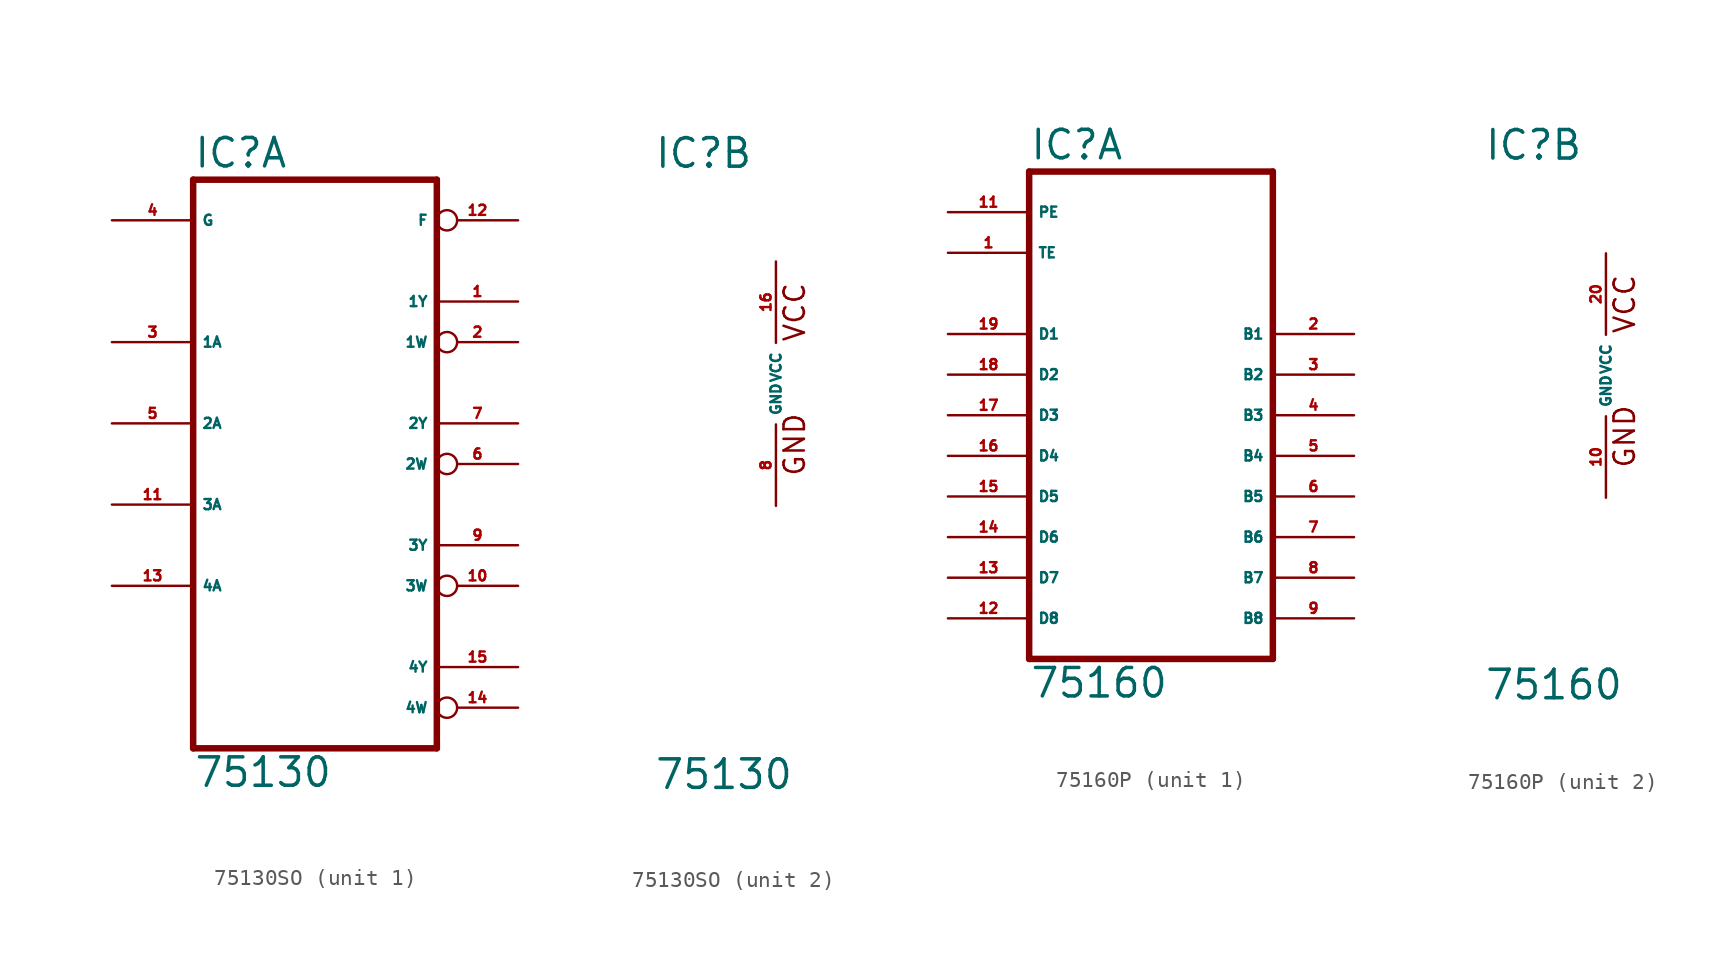
<source format=kicad_sym>
(kicad_symbol_lib
  (version 20220914)
  (generator Eagle2Kicad)
  (symbol "75130SO"
    (property "Reference" "IC"
      (at -7.62 13.335 0)
      (effects (font (size 1.778 1.778) (thickness 0.22)) (justify left bottom)))
    (property "Value" "75130"
      (at -7.62 -25.4 0)
      (effects (font (size 1.778 1.778) (thickness 0.22)) (justify left bottom)))
    (symbol "75130SO_1_0"
      (polyline (pts (xy -7.62 -22.86) (xy 7.62 -22.86)) (stroke (width 0.406) (type default)) (fill (type none)))
      (polyline (pts (xy 7.62 12.7) (xy 7.62 -22.86)) (stroke (width 0.406) (type default)) (fill (type none)))
      (polyline (pts (xy 7.62 12.7) (xy -7.62 12.7)) (stroke (width 0.406) (type default)) (fill (type none)))
      (polyline (pts (xy -7.62 -22.86) (xy -7.62 12.7)) (stroke (width 0.406) (type default)) (fill (type none)))
      (pin input line (at -12.7 10.16 0) (length 5.08) (name "G" (effects (font (size 0.635 0.635) (thickness 0.08)) (justify left bottom))) (number "4" (effects (font (size 0.635 0.635) (thickness 0.08)) (justify left bottom))))
      (pin input line (at -12.7 2.54 0) (length 5.08) (name "1A" (effects (font (size 0.635 0.635) (thickness 0.08)) (justify left bottom))) (number "3" (effects (font (size 0.635 0.635) (thickness 0.08)) (justify left bottom))))
      (pin input line (at -12.7 -2.54 0) (length 5.08) (name "2A" (effects (font (size 0.635 0.635) (thickness 0.08)) (justify left bottom))) (number "5" (effects (font (size 0.635 0.635) (thickness 0.08)) (justify left bottom))))
      (pin input line (at -12.7 -7.62 0) (length 5.08) (name "3A" (effects (font (size 0.635 0.635) (thickness 0.08)) (justify left bottom))) (number "11" (effects (font (size 0.635 0.635) (thickness 0.08)) (justify left bottom))))
      (pin input line (at -12.7 -12.7 0) (length 5.08) (name "4A" (effects (font (size 0.635 0.635) (thickness 0.08)) (justify left bottom))) (number "13" (effects (font (size 0.635 0.635) (thickness 0.08)) (justify left bottom))))
      (pin output line (at 12.7 5.08 180) (length 5.08) (name "1Y" (effects (font (size 0.635 0.635) (thickness 0.08)) (justify left bottom))) (number "1" (effects (font (size 0.635 0.635) (thickness 0.08)) (justify left bottom))))
      (pin output inverted (at 12.7 10.16 180) (length 5.08) (name "F" (effects (font (size 0.635 0.635) (thickness 0.08)) (justify left bottom))) (number "12" (effects (font (size 0.635 0.635) (thickness 0.08)) (justify left bottom))))
      (pin output inverted (at 12.7 2.54 180) (length 5.08) (name "1W" (effects (font (size 0.635 0.635) (thickness 0.08)) (justify left bottom))) (number "2" (effects (font (size 0.635 0.635) (thickness 0.08)) (justify left bottom))))
      (pin output line (at 12.7 -2.54 180) (length 5.08) (name "2Y" (effects (font (size 0.635 0.635) (thickness 0.08)) (justify left bottom))) (number "7" (effects (font (size 0.635 0.635) (thickness 0.08)) (justify left bottom))))
      (pin output inverted (at 12.7 -5.08 180) (length 5.08) (name "2W" (effects (font (size 0.635 0.635) (thickness 0.08)) (justify left bottom))) (number "6" (effects (font (size 0.635 0.635) (thickness 0.08)) (justify left bottom))))
      (pin output line (at 12.7 -10.16 180) (length 5.08) (name "3Y" (effects (font (size 0.635 0.635) (thickness 0.08)) (justify left bottom))) (number "9" (effects (font (size 0.635 0.635) (thickness 0.08)) (justify left bottom))))
      (pin output inverted (at 12.7 -12.7 180) (length 5.08) (name "3W" (effects (font (size 0.635 0.635) (thickness 0.08)) (justify left bottom))) (number "10" (effects (font (size 0.635 0.635) (thickness 0.08)) (justify left bottom))))
      (pin output line (at 12.7 -17.78 180) (length 5.08) (name "4Y" (effects (font (size 0.635 0.635) (thickness 0.08)) (justify left bottom))) (number "15" (effects (font (size 0.635 0.635) (thickness 0.08)) (justify left bottom))))
      (pin output inverted (at 12.7 -20.32 180) (length 5.08) (name "4W" (effects (font (size 0.635 0.635) (thickness 0.08)) (justify left bottom))) (number "14" (effects (font (size 0.635 0.635) (thickness 0.08)) (justify left bottom)))))
    (symbol "75130SO_2_0"
      (text "GND" (at 1.905 -5.842 900) (effects (font (size 1.27 1.27) (thickness 0.16)) (justify left bottom)))
      (text "VCC" (at 1.905 2.54 900) (effects (font (size 1.27 1.27) (thickness 0.16)) (justify left bottom)))
      (pin unspecified line (at 0 -7.62 90) (length 5.08) (name "GND" (effects (font (size 0.635 0.635) (thickness 0.08)) (justify left bottom))) (number "8" (effects (font (size 0.635 0.635) (thickness 0.08)) (justify left bottom))))
      (pin unspecified line (at 0 7.62 270) (length 5.08) (name "VCC" (effects (font (size 0.635 0.635) (thickness 0.08)) (justify left bottom))) (number "16" (effects (font (size 0.635 0.635) (thickness 0.08)) (justify left bottom))))))
  (symbol "75160P"
    (property "Reference" "IC"
      (at -7.62 13.335 0)
      (effects (font (size 1.778 1.778) (thickness 0.22)) (justify left bottom)))
    (property "Value" "75160"
      (at -7.62 -20.32 0)
      (effects (font (size 1.778 1.778) (thickness 0.22)) (justify left bottom)))
    (symbol "75160P_1_0"
      (polyline (pts (xy -7.62 -17.78) (xy 7.62 -17.78)) (stroke (width 0.406) (type default)) (fill (type none)))
      (polyline (pts (xy 7.62 12.7) (xy 7.62 -17.78)) (stroke (width 0.406) (type default)) (fill (type none)))
      (polyline (pts (xy 7.62 12.7) (xy -7.62 12.7)) (stroke (width 0.406) (type default)) (fill (type none)))
      (polyline (pts (xy -7.62 -17.78) (xy -7.62 12.7)) (stroke (width 0.406) (type default)) (fill (type none)))
      (pin input line (at -12.7 10.16 0) (length 5.08) (name "PE" (effects (font (size 0.635 0.635) (thickness 0.08)) (justify left bottom))) (number "11" (effects (font (size 0.635 0.635) (thickness 0.08)) (justify left bottom))))
      (pin input line (at -12.7 7.62 0) (length 5.08) (name "TE" (effects (font (size 0.635 0.635) (thickness 0.08)) (justify left bottom))) (number "1" (effects (font (size 0.635 0.635) (thickness 0.08)) (justify left bottom))))
      (pin bidirectional line (at -12.7 2.54 0) (length 5.08) (name "D1" (effects (font (size 0.635 0.635) (thickness 0.08)) (justify left bottom))) (number "19" (effects (font (size 0.635 0.635) (thickness 0.08)) (justify left bottom))))
      (pin bidirectional line (at -12.7 0 0) (length 5.08) (name "D2" (effects (font (size 0.635 0.635) (thickness 0.08)) (justify left bottom))) (number "18" (effects (font (size 0.635 0.635) (thickness 0.08)) (justify left bottom))))
      (pin bidirectional line (at -12.7 -2.54 0) (length 5.08) (name "D3" (effects (font (size 0.635 0.635) (thickness 0.08)) (justify left bottom))) (number "17" (effects (font (size 0.635 0.635) (thickness 0.08)) (justify left bottom))))
      (pin bidirectional line (at -12.7 -5.08 0) (length 5.08) (name "D4" (effects (font (size 0.635 0.635) (thickness 0.08)) (justify left bottom))) (number "16" (effects (font (size 0.635 0.635) (thickness 0.08)) (justify left bottom))))
      (pin bidirectional line (at -12.7 -7.62 0) (length 5.08) (name "D5" (effects (font (size 0.635 0.635) (thickness 0.08)) (justify left bottom))) (number "15" (effects (font (size 0.635 0.635) (thickness 0.08)) (justify left bottom))))
      (pin bidirectional line (at -12.7 -10.16 0) (length 5.08) (name "D6" (effects (font (size 0.635 0.635) (thickness 0.08)) (justify left bottom))) (number "14" (effects (font (size 0.635 0.635) (thickness 0.08)) (justify left bottom))))
      (pin bidirectional line (at -12.7 -12.7 0) (length 5.08) (name "D7" (effects (font (size 0.635 0.635) (thickness 0.08)) (justify left bottom))) (number "13" (effects (font (size 0.635 0.635) (thickness 0.08)) (justify left bottom))))
      (pin bidirectional line (at -12.7 -15.24 0) (length 5.08) (name "D8" (effects (font (size 0.635 0.635) (thickness 0.08)) (justify left bottom))) (number "12" (effects (font (size 0.635 0.635) (thickness 0.08)) (justify left bottom))))
      (pin bidirectional line (at 12.7 2.54 180) (length 5.08) (name "B1" (effects (font (size 0.635 0.635) (thickness 0.08)) (justify left bottom))) (number "2" (effects (font (size 0.635 0.635) (thickness 0.08)) (justify left bottom))))
      (pin bidirectional line (at 12.7 0 180) (length 5.08) (name "B2" (effects (font (size 0.635 0.635) (thickness 0.08)) (justify left bottom))) (number "3" (effects (font (size 0.635 0.635) (thickness 0.08)) (justify left bottom))))
      (pin bidirectional line (at 12.7 -2.54 180) (length 5.08) (name "B3" (effects (font (size 0.635 0.635) (thickness 0.08)) (justify left bottom))) (number "4" (effects (font (size 0.635 0.635) (thickness 0.08)) (justify left bottom))))
      (pin bidirectional line (at 12.7 -5.08 180) (length 5.08) (name "B4" (effects (font (size 0.635 0.635) (thickness 0.08)) (justify left bottom))) (number "5" (effects (font (size 0.635 0.635) (thickness 0.08)) (justify left bottom))))
      (pin bidirectional line (at 12.7 -7.62 180) (length 5.08) (name "B5" (effects (font (size 0.635 0.635) (thickness 0.08)) (justify left bottom))) (number "6" (effects (font (size 0.635 0.635) (thickness 0.08)) (justify left bottom))))
      (pin bidirectional line (at 12.7 -10.16 180) (length 5.08) (name "B6" (effects (font (size 0.635 0.635) (thickness 0.08)) (justify left bottom))) (number "7" (effects (font (size 0.635 0.635) (thickness 0.08)) (justify left bottom))))
      (pin bidirectional line (at 12.7 -12.7 180) (length 5.08) (name "B7" (effects (font (size 0.635 0.635) (thickness 0.08)) (justify left bottom))) (number "8" (effects (font (size 0.635 0.635) (thickness 0.08)) (justify left bottom))))
      (pin bidirectional line (at 12.7 -15.24 180) (length 5.08) (name "B8" (effects (font (size 0.635 0.635) (thickness 0.08)) (justify left bottom))) (number "9" (effects (font (size 0.635 0.635) (thickness 0.08)) (justify left bottom)))))
    (symbol "75160P_2_0"
      (text "GND" (at 1.905 -5.842 900) (effects (font (size 1.27 1.27) (thickness 0.16)) (justify left bottom)))
      (text "VCC" (at 1.905 2.54 900) (effects (font (size 1.27 1.27) (thickness 0.16)) (justify left bottom)))
      (pin unspecified line (at 0 -7.62 90) (length 5.08) (name "GND" (effects (font (size 0.635 0.635) (thickness 0.08)) (justify left bottom))) (number "10" (effects (font (size 0.635 0.635) (thickness 0.08)) (justify left bottom))))
      (pin unspecified line (at 0 7.62 270) (length 5.08) (name "VCC" (effects (font (size 0.635 0.635) (thickness 0.08)) (justify left bottom))) (number "20" (effects (font (size 0.635 0.635) (thickness 0.08)) (justify left bottom)))))))
</source>
